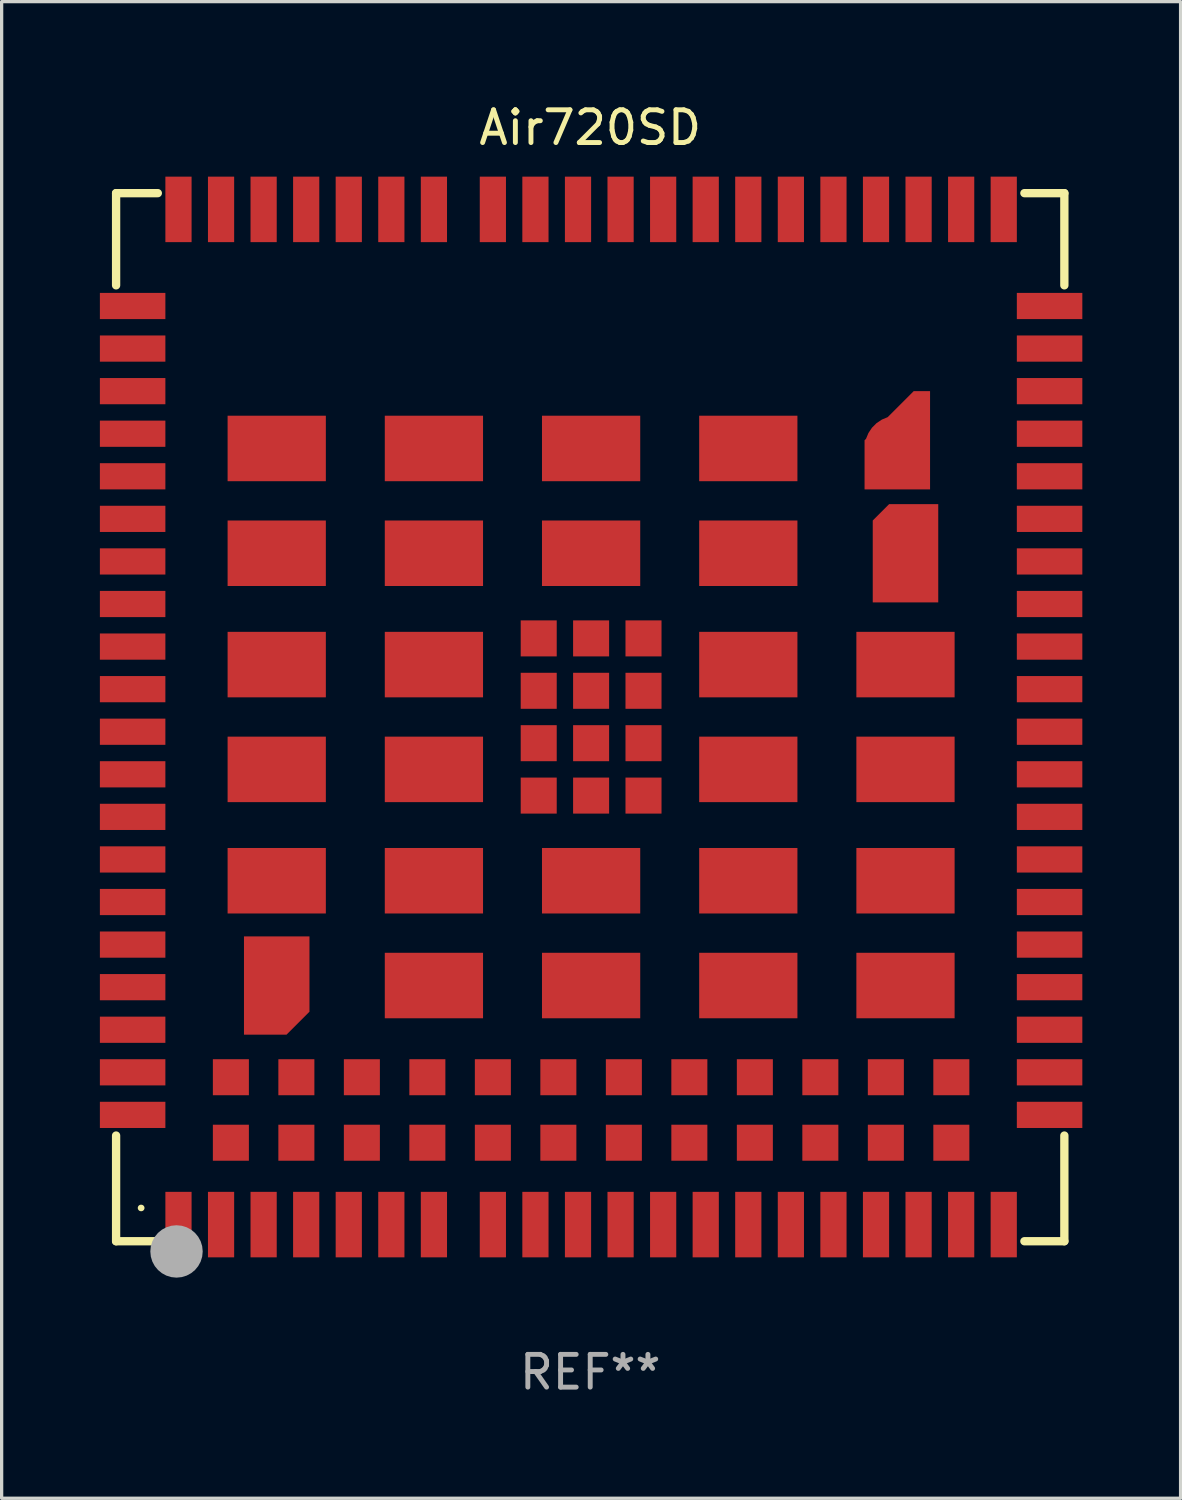
<source format=kicad_pcb>
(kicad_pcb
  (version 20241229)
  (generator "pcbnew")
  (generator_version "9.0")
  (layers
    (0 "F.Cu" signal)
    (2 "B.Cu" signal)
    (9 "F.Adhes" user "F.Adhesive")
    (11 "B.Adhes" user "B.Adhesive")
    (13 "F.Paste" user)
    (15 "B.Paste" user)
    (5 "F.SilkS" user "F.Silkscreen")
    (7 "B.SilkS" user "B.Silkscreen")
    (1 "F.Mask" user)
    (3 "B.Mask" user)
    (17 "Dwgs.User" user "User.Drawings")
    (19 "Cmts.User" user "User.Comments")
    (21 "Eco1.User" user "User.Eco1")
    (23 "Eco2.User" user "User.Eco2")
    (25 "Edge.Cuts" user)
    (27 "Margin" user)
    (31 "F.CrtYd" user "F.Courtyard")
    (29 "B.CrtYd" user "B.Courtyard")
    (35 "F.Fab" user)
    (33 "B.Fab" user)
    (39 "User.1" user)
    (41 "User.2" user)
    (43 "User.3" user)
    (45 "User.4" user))
  (footprint "Air720SD"
    (layer "F.Cu")
    (at 14.973 18.85)
    (property "Reference" "Air720SD" (at 0 -18.002 0) (layer "F.SilkS") (effects (font (size 1 1) (thickness 0.15))))
    (attr through_hole)
    (fp_line (start -14.478 -16.002) (end -13.204 -16.002) (stroke (width 0.254) (type solid)) (layer "F.SilkS"))
    (fp_line (start -14.478 -13.187) (end -14.478 -16.002) (stroke (width 0.254) (type solid)) (layer "F.SilkS"))
    (fp_line (start -14.478 16.002) (end -14.478 12.775) (stroke (width 0.254) (type solid)) (layer "F.SilkS"))
    (fp_line (start -13.204 16.002) (end -14.478 16.002) (stroke (width 0.254) (type solid)) (layer "F.SilkS"))
    (fp_line (start 13.258 -16.002) (end 14.478 -16.002) (stroke (width 0.254) (type solid)) (layer "F.SilkS"))
    (fp_line (start 14.478 -16.002) (end 14.478 -13.187) (stroke (width 0.254) (type solid)) (layer "F.SilkS"))
    (fp_line (start 14.478 12.775) (end 14.478 16.002) (stroke (width 0.254) (type solid)) (layer "F.SilkS"))
    (fp_line (start 14.478 16.002) (end 13.258 16.002) (stroke (width 0.254) (type solid)) (layer "F.SilkS"))
    (fp_arc (start -13.716027 14.986055) (mid -13.713221 14.98604) (end -13.710414 14.986055) (stroke (width 0.199898) (type solid)) (layer "F.SilkS"))
    (fp_circle (center -14.473 15.994) (end -14.443 15.994) (stroke (width 0.06) (type solid)) (fill no) (layer "F.SilkS"))
    (fp_circle (center -12.633 16.314) (end -12.233 16.314) (stroke (width 0.8) (type solid)) (fill no) (layer "F.Fab"))
    (fp_text user "REF**" (at 0 20.002 0) (layer "F.Fab") (effects (font (size 1 1) (thickness 0.15))))
    (pad "1" smd rect (at -12.573 15.494 90) (size 2 0.8) (layers "F.Cu" "F.Mask" "F.Paste"))
    (pad "2" smd rect (at -11.273 15.494 90) (size 2 0.8) (layers "F.Cu" "F.Mask" "F.Paste"))
    (pad "3" smd rect (at -9.973 15.494 90) (size 2 0.8) (layers "F.Cu" "F.Mask" "F.Paste"))
    (pad "4" smd rect (at -8.673 15.494 90) (size 2 0.8) (layers "F.Cu" "F.Mask" "F.Paste"))
    (pad "5" smd rect (at -7.373 15.494 90) (size 2 0.8) (layers "F.Cu" "F.Mask" "F.Paste"))
    (pad "6" smd rect (at -6.073 15.494 90) (size 2 0.8) (layers "F.Cu" "F.Mask" "F.Paste"))
    (pad "7" smd rect (at -4.773 15.494 90) (size 2 0.8) (layers "F.Cu" "F.Mask" "F.Paste"))
    (pad "8" smd rect (at -0.373 15.494 90) (size 2 0.8) (layers "F.Cu" "F.Mask" "F.Paste"))
    (pad "9" smd rect (at 0.927 15.494 90) (size 2 0.8) (layers "F.Cu" "F.Mask" "F.Paste"))
    (pad "10" smd rect (at 2.227 15.494 90) (size 2 0.8) (layers "F.Cu" "F.Mask" "F.Paste"))
    (pad "11" smd rect (at 3.527 15.494 90) (size 2 0.8) (layers "F.Cu" "F.Mask" "F.Paste"))
    (pad "12" smd rect (at 4.827 15.494 90) (size 2 0.8) (layers "F.Cu" "F.Mask" "F.Paste"))
    (pad "13" smd rect (at 6.127 15.494 90) (size 2 0.8) (layers "F.Cu" "F.Mask" "F.Paste"))
    (pad "14" smd rect (at 7.427 15.494 90) (size 2 0.8) (layers "F.Cu" "F.Mask" "F.Paste"))
    (pad "15" smd rect (at 8.727 15.494 90) (size 2 0.8) (layers "F.Cu" "F.Mask" "F.Paste"))
    (pad "16" smd rect (at 10.027 15.494 90) (size 2 0.8) (layers "F.Cu" "F.Mask" "F.Paste"))
    (pad "17" smd rect (at 11.327 15.494 90) (size 2 0.8) (layers "F.Cu" "F.Mask" "F.Paste"))
    (pad "18" smd rect (at 12.627 15.494 90) (size 2 0.8) (layers "F.Cu" "F.Mask" "F.Paste"))
    (pad "19" smd rect (at 14.027 9.544 180) (size 2 0.8) (layers "F.Cu" "F.Mask" "F.Paste"))
    (pad "20" smd rect (at 14.027 8.244 180) (size 2 0.8) (layers "F.Cu" "F.Mask" "F.Paste"))
    (pad "21" smd rect (at 14.027 6.944 180) (size 2 0.8) (layers "F.Cu" "F.Mask" "F.Paste"))
    (pad "22" smd rect (at 14.027 5.644 180) (size 2 0.8) (layers "F.Cu" "F.Mask" "F.Paste"))
    (pad "23" smd rect (at 14.027 4.344 180) (size 2 0.8) (layers "F.Cu" "F.Mask" "F.Paste"))
    (pad "24" smd rect (at 14.027 3.044 180) (size 2 0.8) (layers "F.Cu" "F.Mask" "F.Paste"))
    (pad "25" smd rect (at 14.027 1.744 180) (size 2 0.8) (layers "F.Cu" "F.Mask" "F.Paste"))
    (pad "26" smd rect (at 14.027 0.444 180) (size 2 0.8) (layers "F.Cu" "F.Mask" "F.Paste"))
    (pad "27" smd rect (at 14.027 -0.856 180) (size 2 0.8) (layers "F.Cu" "F.Mask" "F.Paste"))
    (pad "28" smd rect (at 14.027 -2.156 180) (size 2 0.8) (layers "F.Cu" "F.Mask" "F.Paste"))
    (pad "29" smd rect (at 14.027 -3.456 180) (size 2 0.8) (layers "F.Cu" "F.Mask" "F.Paste"))
    (pad "30" smd rect (at 14.027 -4.756 180) (size 2 0.8) (layers "F.Cu" "F.Mask" "F.Paste"))
    (pad "31" smd rect (at 14.027 -6.056 180) (size 2 0.8) (layers "F.Cu" "F.Mask" "F.Paste"))
    (pad "32" smd rect (at 14.027 -7.356 180) (size 2 0.8) (layers "F.Cu" "F.Mask" "F.Paste"))
    (pad "33" smd rect (at 14.027 -8.656 180) (size 2 0.8) (layers "F.Cu" "F.Mask" "F.Paste"))
    (pad "34" smd rect (at 14.027 -9.956 180) (size 2 0.8) (layers "F.Cu" "F.Mask" "F.Paste"))
    (pad "35" smd rect (at 14.027 -11.256 180) (size 2 0.8) (layers "F.Cu" "F.Mask" "F.Paste"))
    (pad "36" smd rect (at 14.027 -12.556 180) (size 2 0.8) (layers "F.Cu" "F.Mask" "F.Paste"))
    (pad "37" smd rect (at 12.627 -15.506 90) (size 2 0.8) (layers "F.Cu" "F.Mask" "F.Paste"))
    (pad "38" smd rect (at 11.327 -15.506 90) (size 2 0.8) (layers "F.Cu" "F.Mask" "F.Paste"))
    (pad "39" smd rect (at 10.027 -15.506 90) (size 2 0.8) (layers "F.Cu" "F.Mask" "F.Paste"))
    (pad "40" smd rect (at 8.727 -15.506 90) (size 2 0.8) (layers "F.Cu" "F.Mask" "F.Paste"))
    (pad "41" smd rect (at 7.427 -15.506 90) (size 2 0.8) (layers "F.Cu" "F.Mask" "F.Paste"))
    (pad "42" smd rect (at 6.127 -15.506 90) (size 2 0.8) (layers "F.Cu" "F.Mask" "F.Paste"))
    (pad "43" smd rect (at 4.827 -15.506 90) (size 2 0.8) (layers "F.Cu" "F.Mask" "F.Paste"))
    (pad "44" smd rect (at 3.527 -15.506 90) (size 2 0.8) (layers "F.Cu" "F.Mask" "F.Paste"))
    (pad "45" smd rect (at 2.227 -15.506 90) (size 2 0.8) (layers "F.Cu" "F.Mask" "F.Paste"))
    (pad "46" smd rect (at 0.927 -15.506 90) (size 2 0.8) (layers "F.Cu" "F.Mask" "F.Paste"))
    (pad "47" smd rect (at -0.373 -15.506 90) (size 2 0.8) (layers "F.Cu" "F.Mask" "F.Paste"))
    (pad "48" smd rect (at -4.773 -15.506 90) (size 2 0.8) (layers "F.Cu" "F.Mask" "F.Paste"))
    (pad "49" smd rect (at -6.073 -15.506 90) (size 2 0.8) (layers "F.Cu" "F.Mask" "F.Paste"))
    (pad "50" smd rect (at -7.373 -15.506 90) (size 2 0.8) (layers "F.Cu" "F.Mask" "F.Paste"))
    (pad "51" smd rect (at -8.673 -15.506 90) (size 2 0.8) (layers "F.Cu" "F.Mask" "F.Paste"))
    (pad "52" smd rect (at -9.973 -15.506 90) (size 2 0.8) (layers "F.Cu" "F.Mask" "F.Paste"))
    (pad "53" smd rect (at -11.273 -15.506 90) (size 2 0.8) (layers "F.Cu" "F.Mask" "F.Paste"))
    (pad "54" smd rect (at -12.573 -15.506 90) (size 2 0.8) (layers "F.Cu" "F.Mask" "F.Paste"))
    (pad "55" smd rect (at -13.973 -12.556 180) (size 2 0.8) (layers "F.Cu" "F.Mask" "F.Paste"))
    (pad "56" smd rect (at -13.973 -11.256 180) (size 2 0.8) (layers "F.Cu" "F.Mask" "F.Paste"))
    (pad "57" smd rect (at -13.973 -9.956 180) (size 2 0.8) (layers "F.Cu" "F.Mask" "F.Paste"))
    (pad "58" smd rect (at -13.973 -8.656 180) (size 2 0.8) (layers "F.Cu" "F.Mask" "F.Paste"))
    (pad "59" smd rect (at -13.973 -7.356 180) (size 2 0.8) (layers "F.Cu" "F.Mask" "F.Paste"))
    (pad "60" smd rect (at -13.973 -6.056 180) (size 2 0.8) (layers "F.Cu" "F.Mask" "F.Paste"))
    (pad "61" smd rect (at -13.973 -4.756 180) (size 2 0.8) (layers "F.Cu" "F.Mask" "F.Paste"))
    (pad "62" smd rect (at -13.973 -3.456 180) (size 2 0.8) (layers "F.Cu" "F.Mask" "F.Paste"))
    (pad "63" smd rect (at -13.973 -2.156 180) (size 2 0.8) (layers "F.Cu" "F.Mask" "F.Paste"))
    (pad "64" smd rect (at -13.973 -0.856 180) (size 2 0.8) (layers "F.Cu" "F.Mask" "F.Paste"))
    (pad "65" smd rect (at -13.973 0.444 180) (size 2 0.8) (layers "F.Cu" "F.Mask" "F.Paste"))
    (pad "66" smd rect (at -13.973 1.744 180) (size 2 0.8) (layers "F.Cu" "F.Mask" "F.Paste"))
    (pad "67" smd rect (at -13.973 3.044 180) (size 2 0.8) (layers "F.Cu" "F.Mask" "F.Paste"))
    (pad "68" smd rect (at -13.973 4.344 180) (size 2 0.8) (layers "F.Cu" "F.Mask" "F.Paste"))
    (pad "69" smd rect (at -13.973 5.644 180) (size 2 0.8) (layers "F.Cu" "F.Mask" "F.Paste"))
    (pad "70" smd rect (at -13.973 6.944 180) (size 2 0.8) (layers "F.Cu" "F.Mask" "F.Paste"))
    (pad "71" smd rect (at -13.973 8.244 180) (size 2 0.8) (layers "F.Cu" "F.Mask" "F.Paste"))
    (pad "72" smd rect (at -13.973 9.544 180) (size 2 0.8) (layers "F.Cu" "F.Mask" "F.Paste"))
    (pad "73" smd rect (at -1.573 -2.406 90) (size 1.1 1.1) (layers "F.Cu" "F.Mask" "F.Paste"))
    (pad "74" smd rect (at 0.027 -2.406 90) (size 1.1 1.1) (layers "F.Cu" "F.Mask" "F.Paste"))
    (pad "75" smd rect (at 1.627 -2.406 90) (size 1.1 1.1) (layers "F.Cu" "F.Mask" "F.Paste"))
    (pad "76" smd rect (at -1.573 -0.806 90) (size 1.1 1.1) (layers "F.Cu" "F.Mask" "F.Paste"))
    (pad "77" smd rect (at 0.027 -0.806 90) (size 1.1 1.1) (layers "F.Cu" "F.Mask" "F.Paste"))
    (pad "78" smd rect (at 1.627 -0.806 90) (size 1.1 1.1) (layers "F.Cu" "F.Mask" "F.Paste"))
    (pad "79" smd rect (at -1.573 0.794 90) (size 1.1 1.1) (layers "F.Cu" "F.Mask" "F.Paste"))
    (pad "80" smd rect (at 0.027 0.794 90) (size 1.1 1.1) (layers "F.Cu" "F.Mask" "F.Paste"))
    (pad "81" smd rect (at 1.627 0.794 90) (size 1.1 1.1) (layers "F.Cu" "F.Mask" "F.Paste"))
    (pad "82" smd rect (at -1.573 2.394 90) (size 1.1 1.1) (layers "F.Cu" "F.Mask" "F.Paste"))
    (pad "83" smd rect (at 0.027 2.394 90) (size 1.1 1.1) (layers "F.Cu" "F.Mask" "F.Paste"))
    (pad "84" smd rect (at 1.627 2.394 90) (size 1.1 1.1) (layers "F.Cu" "F.Mask" "F.Paste"))
    (pad "85" smd rect (at -9.573 -8.206 180) (size 3 2) (layers "F.Cu" "F.Mask" "F.Paste"))
    (pad "86" smd rect (at -4.773 -8.206 180) (size 3 2) (layers "F.Cu" "F.Mask" "F.Paste"))
    (pad "87" smd rect (at 0.027 -8.206 180) (size 3 2) (layers "F.Cu" "F.Mask" "F.Paste"))
    (pad "88" smd rect (at 4.827 -8.206 180) (size 3 2) (layers "F.Cu" "F.Mask" "F.Paste"))
    (pad "89" smd custom (at 9.377 -8.206 90) (size 2 3) (layers "F.Cu" "F.Mask" "F.Paste") (options (anchor circle)) (primitives (gr_poly (pts (xy -1.25 1) (xy -1.25 -1) (xy 0.25 -1) (xy 1.75 0.5) (xy 1.75 1)) (width 0) (fill yes))))
    (pad "90" smd rect (at -9.573 -5.006 180) (size 3 2) (layers "F.Cu" "F.Mask" "F.Paste"))
    (pad "91" smd rect (at -4.773 -5.006 180) (size 3 2) (layers "F.Cu" "F.Mask" "F.Paste"))
    (pad "92" smd rect (at 0.027 -5.006 180) (size 3 2) (layers "F.Cu" "F.Mask" "F.Paste"))
    (pad "93" smd rect (at 4.827 -5.006 180) (size 3 2) (layers "F.Cu" "F.Mask" "F.Paste"))
    (pad "94" smd custom (at 9.627 -5.006 90) (size 2 3) (layers "F.Cu" "F.Mask" "F.Paste") (options (anchor circle)) (primitives (gr_poly (pts (xy -1.5 1) (xy -1.5 -1) (xy 1 -1) (xy 1.5 -0.5) (xy 1.5 1)) (width 0) (fill yes))))
    (pad "95" smd rect (at -9.573 -1.606 180) (size 3 2) (layers "F.Cu" "F.Mask" "F.Paste"))
    (pad "96" smd rect (at -4.773 -1.606 180) (size 3 2) (layers "F.Cu" "F.Mask" "F.Paste"))
    (pad "97" smd rect (at 4.827 -1.606 180) (size 3 2) (layers "F.Cu" "F.Mask" "F.Paste"))
    (pad "98" smd rect (at 9.627 -1.606 180) (size 3 2) (layers "F.Cu" "F.Mask" "F.Paste"))
    (pad "99" smd rect (at -9.573 1.594 180) (size 3 2) (layers "F.Cu" "F.Mask" "F.Paste"))
    (pad "100" smd rect (at -4.773 1.594 180) (size 3 2) (layers "F.Cu" "F.Mask" "F.Paste"))
    (pad "101" smd rect (at 4.827 1.594 180) (size 3 2) (layers "F.Cu" "F.Mask" "F.Paste"))
    (pad "102" smd rect (at 9.627 1.594 180) (size 3 2) (layers "F.Cu" "F.Mask" "F.Paste"))
    (pad "103" smd rect (at -9.573 4.994 180) (size 3 2) (layers "F.Cu" "F.Mask" "F.Paste"))
    (pad "104" smd rect (at -4.773 4.994 180) (size 3 2) (layers "F.Cu" "F.Mask" "F.Paste"))
    (pad "105" smd rect (at 0.027 4.994 180) (size 3 2) (layers "F.Cu" "F.Mask" "F.Paste"))
    (pad "106" smd rect (at 4.827 4.994 180) (size 3 2) (layers "F.Cu" "F.Mask" "F.Paste"))
    (pad "107" smd rect (at 9.627 4.994 180) (size 3 2) (layers "F.Cu" "F.Mask" "F.Paste"))
    (pad "108" smd custom (at -9.573 8.194 90) (size 2 3) (layers "F.Cu" "F.Mask" "F.Paste") (options (anchor circle)) (primitives (gr_poly (pts (xy -1.5 0.3) (xy -0.8 1) (xy 1.5 1) (xy 1.5 -1) (xy -1.5 -1)) (width 0) (fill yes))))
    (pad "109" smd rect (at -4.773 8.194 180) (size 3 2) (layers "F.Cu" "F.Mask" "F.Paste"))
    (pad "110" smd rect (at 0.027 8.194 180) (size 3 2) (layers "F.Cu" "F.Mask" "F.Paste"))
    (pad "111" smd rect (at 4.827 8.194 180) (size 3 2) (layers "F.Cu" "F.Mask" "F.Paste"))
    (pad "112" smd rect (at 9.627 8.194 180) (size 3 2) (layers "F.Cu" "F.Mask" "F.Paste"))
    (pad "113" smd rect (at -13.973 10.844 180) (size 2 0.8) (layers "F.Cu" "F.Mask" "F.Paste"))
    (pad "114" smd rect (at -13.973 12.144 180) (size 2 0.8) (layers "F.Cu" "F.Mask" "F.Paste"))
    (pad "115" smd rect (at 14.027 10.844 180) (size 2 0.8) (layers "F.Cu" "F.Mask" "F.Paste"))
    (pad "116" smd rect (at 14.027 12.144 180) (size 2 0.8) (layers "F.Cu" "F.Mask" "F.Paste"))
    (pad "117" smd rect (at -10.973 10.994 90) (size 1.1 1.1) (layers "F.Cu" "F.Mask" "F.Paste"))
    (pad "118" smd rect (at -8.973 10.994 90) (size 1.1 1.1) (layers "F.Cu" "F.Mask" "F.Paste"))
    (pad "119" smd rect (at -6.973 10.994 90) (size 1.1 1.1) (layers "F.Cu" "F.Mask" "F.Paste"))
    (pad "120" smd rect (at -4.973 10.994 90) (size 1.1 1.1) (layers "F.Cu" "F.Mask" "F.Paste"))
    (pad "121" smd rect (at -2.973 10.994 90) (size 1.1 1.1) (layers "F.Cu" "F.Mask" "F.Paste"))
    (pad "122" smd rect (at -0.973 10.994 90) (size 1.1 1.1) (layers "F.Cu" "F.Mask" "F.Paste"))
    (pad "123" smd rect (at 1.027 10.994 90) (size 1.1 1.1) (layers "F.Cu" "F.Mask" "F.Paste"))
    (pad "124" smd rect (at 3.027 10.994 90) (size 1.1 1.1) (layers "F.Cu" "F.Mask" "F.Paste"))
    (pad "125" smd rect (at 5.027 10.994 90) (size 1.1 1.1) (layers "F.Cu" "F.Mask" "F.Paste"))
    (pad "126" smd rect (at 7.027 10.994 90) (size 1.1 1.1) (layers "F.Cu" "F.Mask" "F.Paste"))
    (pad "127" smd rect (at 9.027 10.994 90) (size 1.1 1.1) (layers "F.Cu" "F.Mask" "F.Paste"))
    (pad "128" smd rect (at 11.027 10.994 90) (size 1.1 1.1) (layers "F.Cu" "F.Mask" "F.Paste"))
    (pad "129" smd rect (at -10.973 12.994 90) (size 1.1 1.1) (layers "F.Cu" "F.Mask" "F.Paste"))
    (pad "130" smd rect (at -8.973 12.994 90) (size 1.1 1.1) (layers "F.Cu" "F.Mask" "F.Paste"))
    (pad "131" smd rect (at -6.973 12.994 90) (size 1.1 1.1) (layers "F.Cu" "F.Mask" "F.Paste"))
    (pad "132" smd rect (at -4.973 12.994 90) (size 1.1 1.1) (layers "F.Cu" "F.Mask" "F.Paste"))
    (pad "133" smd rect (at -2.973 12.994 90) (size 1.1 1.1) (layers "F.Cu" "F.Mask" "F.Paste"))
    (pad "134" smd rect (at -0.973 12.994 90) (size 1.1 1.1) (layers "F.Cu" "F.Mask" "F.Paste"))
    (pad "135" smd rect (at 1.027 12.994 90) (size 1.1 1.1) (layers "F.Cu" "F.Mask" "F.Paste"))
    (pad "136" smd rect (at 3.027 12.994 90) (size 1.1 1.1) (layers "F.Cu" "F.Mask" "F.Paste"))
    (pad "137" smd rect (at 5.027 12.994 90) (size 1.1 1.1) (layers "F.Cu" "F.Mask" "F.Paste"))
    (pad "138" smd rect (at 7.027 12.994 90) (size 1.1 1.1) (layers "F.Cu" "F.Mask" "F.Paste"))
    (pad "139" smd rect (at 9.027 12.994 90) (size 1.1 1.1) (layers "F.Cu" "F.Mask" "F.Paste"))
    (pad "140" smd rect (at 11.027 12.994 90) (size 1.1 1.1) (layers "F.Cu" "F.Mask" "F.Paste"))
    (pad "141" smd rect (at -2.973 15.494 90) (size 2 0.8) (layers "F.Cu" "F.Mask" "F.Paste"))
    (pad "142" smd rect (at -1.673 15.494 90) (size 2 0.8) (layers "F.Cu" "F.Mask" "F.Paste"))
    (pad "143" smd rect (at -1.673 -15.506 90) (size 2 0.8) (layers "F.Cu" "F.Mask" "F.Paste"))
    (pad "144" smd rect (at -2.973 -15.506 90) (size 2 0.8) (layers "F.Cu" "F.Mask" "F.Paste")))
  (gr_rect
    (start -3 -3)
    (end 33 42.701)
    (stroke (width 0.1) (type default))
    (fill no)
    (layer "Edge.Cuts")))
</source>
